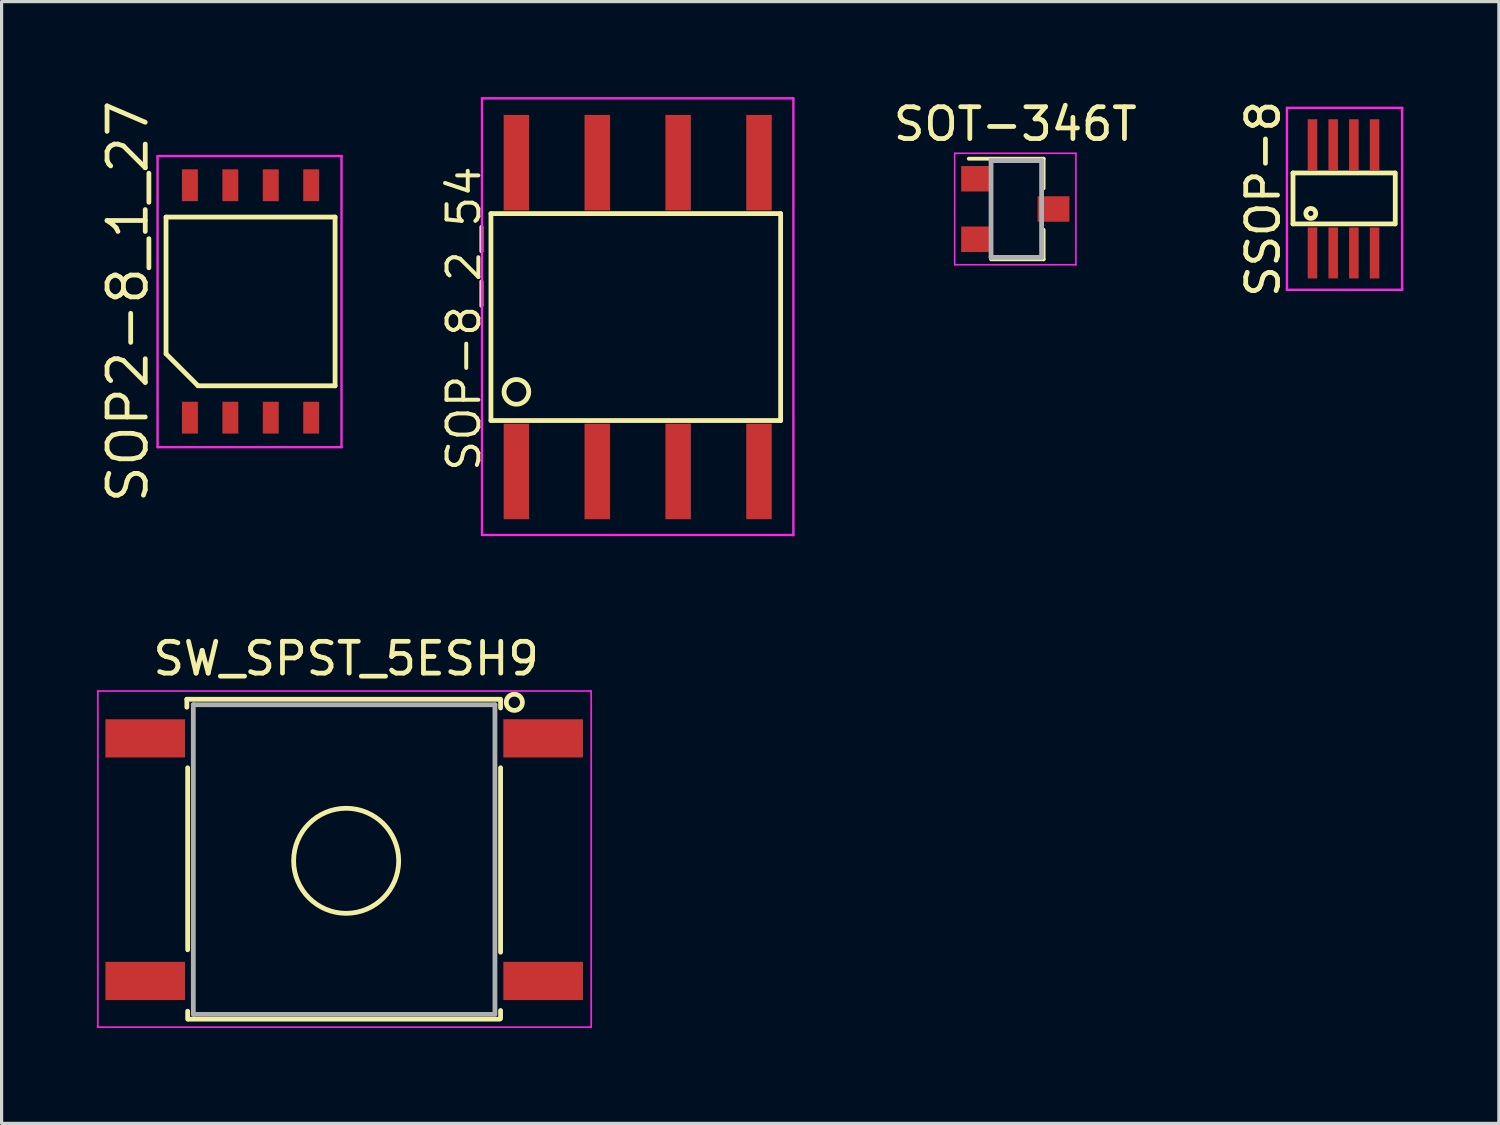
<source format=kicad_pcb>
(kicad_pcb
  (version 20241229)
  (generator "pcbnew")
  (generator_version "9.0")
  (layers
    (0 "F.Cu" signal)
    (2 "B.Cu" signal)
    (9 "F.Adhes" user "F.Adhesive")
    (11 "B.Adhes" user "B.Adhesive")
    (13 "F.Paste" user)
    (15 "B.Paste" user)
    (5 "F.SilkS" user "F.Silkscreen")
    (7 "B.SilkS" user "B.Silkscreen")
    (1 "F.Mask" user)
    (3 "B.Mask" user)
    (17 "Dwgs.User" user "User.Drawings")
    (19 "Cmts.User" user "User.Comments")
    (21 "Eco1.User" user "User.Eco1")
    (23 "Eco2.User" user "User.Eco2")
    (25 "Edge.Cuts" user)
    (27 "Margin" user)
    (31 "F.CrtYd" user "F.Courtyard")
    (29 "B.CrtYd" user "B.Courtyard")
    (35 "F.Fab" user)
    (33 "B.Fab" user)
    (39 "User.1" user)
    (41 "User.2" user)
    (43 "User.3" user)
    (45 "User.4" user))
  (footprint "SOP2-8_1_27"
    (layer "F.Cu")
    (at 4.82 6.424)
    (property "Reference" "SOP2-8_1_27" (at -3.855 -0.005 90) (layer "F.SilkS") (effects (font (size 1.2 1.2) (thickness 0.15))))
    (attr smd)
    (fp_line (start -2.655 -2.654) (end -2.655 1.638) (stroke (width 0.15) (type solid)) (layer "F.SilkS"))
    (fp_line (start -1.651 2.645) (end 2.655 2.645) (stroke (width 0.15) (type solid)) (layer "F.SilkS"))
    (fp_line (start -1.651 2.642) (end -2.651 1.642) (stroke (width 0.15) (type solid)) (layer "F.SilkS"))
    (fp_line (start 2.655 -2.655) (end -2.654 -2.655) (stroke (width 0.15) (type solid)) (layer "F.SilkS"))
    (fp_line (start 2.655 2.645) (end 2.655 -2.655) (stroke (width 0.15) (type solid)) (layer "F.SilkS"))
    (fp_line (start -2.921 -4.572) (end -2.921 4.572) (stroke (width 0.075) (type solid)) (layer "F.CrtYd"))
    (fp_line (start -2.921 4.572) (end 2.857 4.572) (stroke (width 0.075) (type solid)) (layer "F.CrtYd"))
    (fp_line (start 2.857 -4.572) (end -2.921 -4.572) (stroke (width 0.075) (type solid)) (layer "F.CrtYd"))
    (fp_line (start 2.857 4.572) (end 2.857 -4.572) (stroke (width 0.075) (type solid)) (layer "F.CrtYd"))
    (pad "1" smd rect (at -1.905 3.645) (size 0.5 1) (layers "F.Cu" "F.Mask" "F.Paste"))
    (pad "2" smd rect (at -0.635 3.645) (size 0.5 1) (layers "F.Cu" "F.Mask" "F.Paste"))
    (pad "3" smd rect (at 0.635 3.645) (size 0.5 1) (layers "F.Cu" "F.Mask" "F.Paste"))
    (pad "4" smd rect (at 1.905 3.645) (size 0.5 1) (layers "F.Cu" "F.Mask" "F.Paste"))
    (pad "5" smd rect (at 1.905 -3.655) (size 0.5 1) (layers "F.Cu" "F.Mask" "F.Paste"))
    (pad "6" smd rect (at 0.635 -3.655) (size 0.5 1) (layers "F.Cu" "F.Mask" "F.Paste"))
    (pad "7" smd rect (at -0.635 -3.655) (size 0.5 1) (layers "F.Cu" "F.Mask" "F.Paste"))
    (pad "8" smd rect (at -1.905 -3.655) (size 0.5 1) (layers "F.Cu" "F.Mask" "F.Paste")))
  (footprint "SOP-8_2_54"
    (layer "F.Cu")
    (at 16.981 6.959)
    (property "Reference" "SOP-8_2_54" (at -5.461 0 90) (layer "F.SilkS") (effects (font (size 1 1) (thickness 0.125))))
    (attr smd)
    (fp_line (start -4.61 -3.3) (end -4.61 3.2) (stroke (width 0.15) (type solid)) (layer "F.SilkS"))
    (fp_line (start -4.61 -3.3) (end 4.49 -3.3) (stroke (width 0.15) (type solid)) (layer "F.SilkS"))
    (fp_line (start -4.61 3.2) (end 4.49 3.2) (stroke (width 0.15) (type solid)) (layer "F.SilkS"))
    (fp_line (start 4.49 -3.3) (end 4.49 3.201) (stroke (width 0.15) (type solid)) (layer "F.SilkS"))
    (fp_circle (center -3.81 2.3) (end -3.71 1.924) (stroke (width 0.15) (type solid)) (fill no) (layer "F.SilkS"))
    (fp_line (start -4.89 -6.921) (end -4.89 6.795) (stroke (width 0.075) (type solid)) (layer "F.CrtYd"))
    (fp_line (start -4.889 -6.921) (end 4.89 -6.921) (stroke (width 0.075) (type solid)) (layer "F.CrtYd"))
    (fp_line (start 4.889 6.795) (end -4.89 6.795) (stroke (width 0.075) (type solid)) (layer "F.CrtYd"))
    (fp_line (start 4.89 6.795) (end 4.89 -6.921) (stroke (width 0.075) (type solid)) (layer "F.CrtYd"))
    (pad "1" smd rect (at -3.81 4.8) (size 0.8 3) (layers "F.Cu" "F.Mask" "F.Paste"))
    (pad "2" smd rect (at -1.27 4.8) (size 0.8 3) (layers "F.Cu" "F.Mask" "F.Paste"))
    (pad "3" smd rect (at 1.27 4.8) (size 0.8 3) (layers "F.Cu" "F.Mask" "F.Paste"))
    (pad "4" smd rect (at 3.81 4.8) (size 0.8 3) (layers "F.Cu" "F.Mask" "F.Paste"))
    (pad "5" smd rect (at 3.81 -4.9) (size 0.8 3) (layers "F.Cu" "F.Mask" "F.Paste"))
    (pad "6" smd rect (at 1.27 -4.9) (size 0.8 3) (layers "F.Cu" "F.Mask" "F.Paste"))
    (pad "7" smd rect (at -1.27 -4.9) (size 0.8 3) (layers "F.Cu" "F.Mask" "F.Paste"))
    (pad "8" smd rect (at -3.81 -4.9) (size 0.8 3) (layers "F.Cu" "F.Mask" "F.Paste")))
  (footprint "SW_SPST_5ESH9"
    (layer "F.Cu")
    (at 7.823 23.989)
    (property "Reference" "SW_SPST_5ESH9" (at 0 -6.35 0) (layer "F.SilkS") (effects (font (size 1 1) (thickness 0.15))))
    (attr smd)
    (fp_line (start -5.004 -5.074) (end 4.851 -5.074) (stroke (width 0.15) (type solid)) (layer "F.SilkS"))
    (fp_line (start -5.004 -4.824) (end -5.004 -5.074) (stroke (width 0.15) (type solid)) (layer "F.SilkS"))
    (fp_line (start -4.978 2.794) (end -4.978 -2.921) (stroke (width 0.15) (type solid)) (layer "F.SilkS"))
    (fp_line (start -4.978 4.974) (end -4.978 4.724) (stroke (width 0.15) (type solid)) (layer "F.SilkS"))
    (fp_line (start 4.826 4.974) (end -4.953 4.974) (stroke (width 0.15) (type solid)) (layer "F.SilkS"))
    (fp_line (start 4.851 -5.051) (end 4.851 -4.801) (stroke (width 0.15) (type solid)) (layer "F.SilkS"))
    (fp_line (start 4.851 -2.922) (end 4.851 2.871) (stroke (width 0.15) (type solid)) (layer "F.SilkS"))
    (fp_line (start 4.851 4.703) (end 4.851 4.953) (stroke (width 0.15) (type solid)) (layer "F.SilkS"))
    (fp_circle (center 0 0) (end 1.65 0) (stroke (width 0.15) (type solid)) (fill no) (layer "F.SilkS"))
    (fp_circle (center 5.283 -4.978) (end 5.537 -4.978) (stroke (width 0.15) (type solid)) (fill no) (layer "F.SilkS"))
    (fp_line (start -7.798 5.224) (end 7.696 5.224) (stroke (width 0.05) (type solid)) (layer "F.CrtYd"))
    (fp_line (start -7.798 -5.334) (end -7.798 5.207) (stroke (width 0.05) (type solid)) (layer "F.CrtYd"))
    (fp_line (start 7.696 -5.334) (end -7.798 -5.334) (stroke (width 0.05) (type solid)) (layer "F.CrtYd"))
    (fp_line (start 7.696 5.224) (end 7.696 -5.334) (stroke (width 0.05) (type solid)) (layer "F.CrtYd"))
    (fp_line (start -4.801 -4.902) (end 4.675 -4.902) (stroke (width 0.15) (type solid)) (layer "F.Fab"))
    (fp_line (start -4.801 4.826) (end -4.801 -4.903) (stroke (width 0.15) (type solid)) (layer "F.Fab"))
    (fp_line (start 4.674 -4.902) (end 4.674 4.801) (stroke (width 0.15) (type solid)) (layer "F.Fab"))
    (fp_line (start 4.674 4.824) (end -4.775 4.824) (stroke (width 0.15) (type solid)) (layer "F.Fab"))
    (pad "1" smd rect (at 6.188 -3.846) (size 2.5 1.2) (layers "F.Cu" "F.Mask" "F.Paste"))
    (pad "2" smd rect (at -6.312 -3.846) (size 2.5 1.2) (layers "F.Cu" "F.Mask" "F.Paste"))
    (pad "3" smd rect (at 6.188 3.774) (size 2.5 1.2) (layers "F.Cu" "F.Mask" "F.Paste"))
    (pad "4" smd rect (at -6.312 3.774) (size 2.5 1.2) (layers "F.Cu" "F.Mask" "F.Paste")))
  (footprint "SOT-346T"
    (layer "F.Cu")
    (at 28.842 3.515)
    (property "Reference" "SOT-346T" (at 0 -2.667 0) (layer "F.SilkS") (effects (font (size 1 1) (thickness 0.15))))
    (attr smd)
    (fp_line (start 0.889 -1.58) (end 0.889 -0.65) (stroke (width 0.12) (type solid)) (layer "F.SilkS"))
    (fp_line (start 0.889 1.58) (end 0.889 0.65) (stroke (width 0.12) (type solid)) (layer "F.SilkS"))
    (fp_line (start 0.889 -1.58) (end -1.461 -1.58) (stroke (width 0.12) (type solid)) (layer "F.SilkS"))
    (fp_line (start 0.889 1.58) (end -0.762 1.58) (stroke (width 0.12) (type solid)) (layer "F.SilkS"))
    (fp_line (start -1.905 -1.75) (end 1.905 -1.75) (stroke (width 0.05) (type solid)) (layer "F.CrtYd"))
    (fp_line (start -1.905 1.75) (end -1.905 -1.75) (stroke (width 0.05) (type solid)) (layer "F.CrtYd"))
    (fp_line (start 1.905 -1.75) (end 1.905 1.75) (stroke (width 0.05) (type solid)) (layer "F.CrtYd"))
    (fp_line (start 1.905 1.75) (end -1.905 1.75) (stroke (width 0.05) (type solid)) (layer "F.CrtYd"))
    (fp_line (start -0.762 -1.52) (end 0.826 -1.52) (stroke (width 0.15) (type solid)) (layer "F.Fab"))
    (fp_line (start -0.762 1.52) (end 0.826 1.52) (stroke (width 0.15) (type solid)) (layer "F.Fab"))
    (fp_line (start -0.762 -1.524) (end -0.762 1.516) (stroke (width 0.15) (type solid)) (layer "F.Fab"))
    (fp_line (start 0.826 -1.524) (end 0.826 1.516) (stroke (width 0.15) (type solid)) (layer "F.Fab"))
    (pad "1" smd rect (at -1.2 -0.95) (size 1 0.8) (layers "F.Cu" "F.Mask" "F.Paste"))
    (pad "2" smd rect (at -1.2 0.95) (size 1 0.8) (layers "F.Cu" "F.Mask" "F.Paste"))
    (pad "3" smd rect (at 1.2 0) (size 1 0.8) (layers "F.Cu" "F.Mask" "F.Paste")))
  (footprint "SSOP-8"
    (layer "F.Cu")
    (at 39.152 3.196)
    (property "Reference" "SSOP-8" (at -2.527 0 90) (layer "F.SilkS") (effects (font (size 1 1) (thickness 0.15))))
    (attr smd)
    (fp_line (start -1.589 0.787) (end 1.613 0.787) (stroke (width 0.15) (type solid)) (layer "F.SilkS"))
    (fp_line (start -1.587 0.787) (end -1.587 -0.813) (stroke (width 0.15) (type solid)) (layer "F.SilkS"))
    (fp_line (start 1.613 -0.813) (end -1.587 -0.813) (stroke (width 0.15) (type solid)) (layer "F.SilkS"))
    (fp_line (start 1.625 0.787) (end 1.625 -0.813) (stroke (width 0.15) (type solid)) (layer "F.SilkS"))
    (fp_circle (center -1.029 0.457) (end -0.876 0.483) (stroke (width 0.15) (type solid)) (fill no) (layer "F.SilkS"))
    (fp_line (start -1.778 -2.857) (end 1.841 -2.857) (stroke (width 0.075) (type solid)) (layer "F.CrtYd"))
    (fp_line (start -1.778 2.857) (end -1.778 -2.857) (stroke (width 0.075) (type solid)) (layer "F.CrtYd"))
    (fp_line (start 1.841 -2.857) (end 1.841 2.857) (stroke (width 0.075) (type solid)) (layer "F.CrtYd"))
    (fp_line (start 1.841 2.857) (end -1.778 2.857) (stroke (width 0.075) (type solid)) (layer "F.CrtYd"))
    (pad "1" smd rect (at -0.975 1.7) (size 0.3 1.6) (layers "F.Cu" "F.Mask" "F.Paste"))
    (pad "2" smd rect (at -0.325 1.7) (size 0.3 1.6) (layers "F.Cu" "F.Mask" "F.Paste"))
    (pad "3" smd rect (at 0.325 1.7) (size 0.3 1.6) (layers "F.Cu" "F.Mask" "F.Paste"))
    (pad "4" smd rect (at 0.975 1.7) (size 0.3 1.6) (layers "F.Cu" "F.Mask" "F.Paste"))
    (pad "5" smd rect (at 0.975 -1.7) (size 0.3 1.6) (layers "F.Cu" "F.Mask" "F.Paste"))
    (pad "6" smd rect (at 0.325 -1.7) (size 0.3 1.6) (layers "F.Cu" "F.Mask" "F.Paste"))
    (pad "7" smd rect (at -0.325 -1.7) (size 0.3 1.6) (layers "F.Cu" "F.Mask" "F.Paste"))
    (pad "8" smd rect (at -0.975 -1.7) (size 0.3 1.6) (layers "F.Cu" "F.Mask" "F.Paste")))
  (gr_rect
    (start -3 -3)
    (end 44.031 32.238)
    (stroke (width 0.1) (type default))
    (fill no)
    (layer "Edge.Cuts")))
</source>
